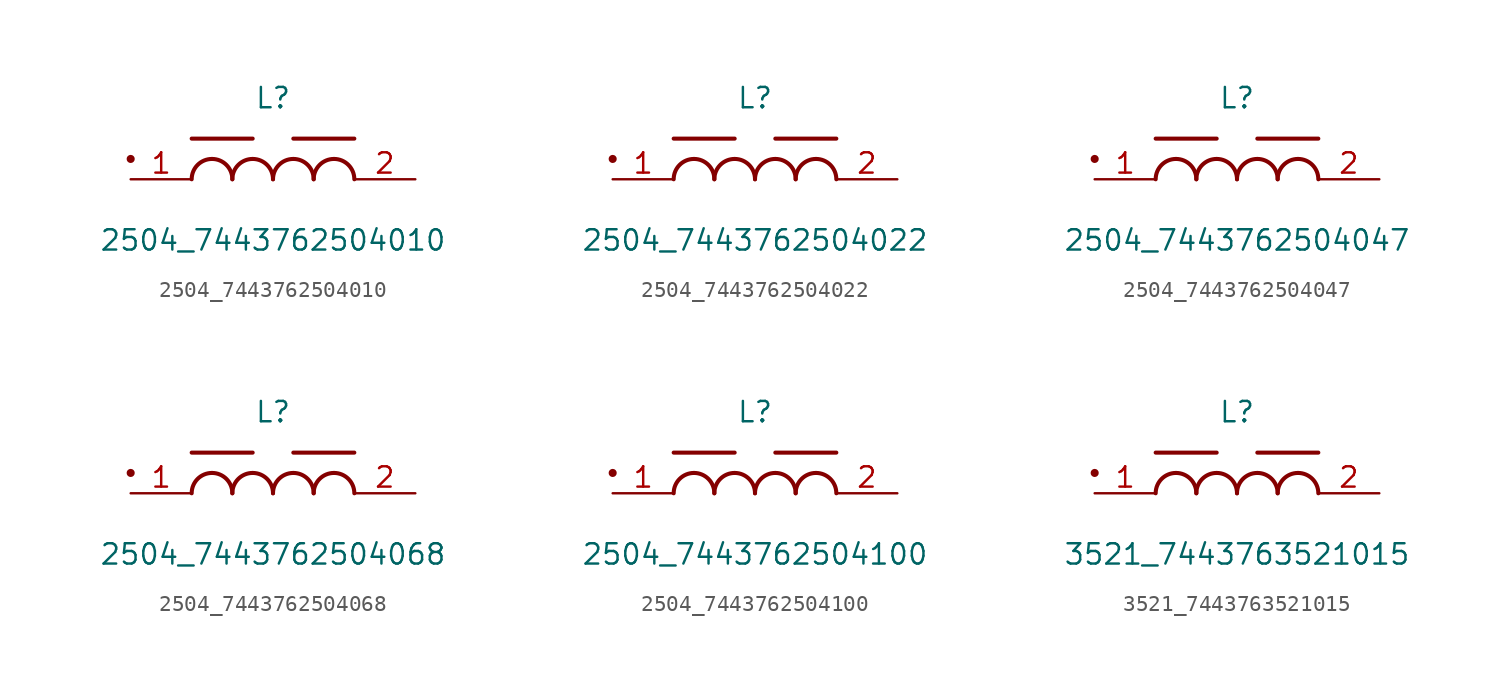
<source format=kicad_sym>
(kicad_symbol_lib
  (version 20220914)
  (generator kicad_symbol_editor)
  (symbol "2504_7443762504010"
    (pin_names hide)
    (property "Reference" "L"
      (at 0 5.08 0)
      (effects (font (size 1.27 1.27))))
    (property "Value" "2504_7443762504010"
      (at 0 -3.81 0)
      (effects (font (size 1.27 1.27))))
    (symbol "2504_7443762504010_0_1"
      (circle (center -8.89 1.27) (radius 0.0001) (stroke (width 0.254) (type default)) (fill (type none)))
      (arc (start -3.81 1.27) (mid -4.708 0.898) (end -5.08 0) (stroke (width 0.254) (type default)) (fill (type none)))
      (arc (start -2.54 0) (mid -2.912 0.898) (end -3.81 1.27) (stroke (width 0.254) (type default)) (fill (type none)))
      (arc (start -1.2699 1.2701) (mid -2.1679 0.8981) (end -2.5399 0.0001) (stroke (width 0.254) (type default)) (fill (type none)))
      (arc (start 0.0001 0.0001) (mid -0.3719 0.8981) (end -1.2699 1.2701) (stroke (width 0.254) (type default)) (fill (type none)))
      (polyline (pts (xy -5.08 2.54) (xy -1.27 2.54)) (stroke (width 0.254) (type default)) (fill (type none)))
      (polyline (pts (xy 5.08 2.54) (xy 1.27 2.54)) (stroke (width 0.254) (type default)) (fill (type none)))
      (arc (start 1.2701 1.2701) (mid 0.3721 0.8981) (end 0.0001 0.0001) (stroke (width 0.254) (type default)) (fill (type none)))
      (arc (start 2.5401 0.0001) (mid 2.1681 0.8981) (end 1.2701 1.2701) (stroke (width 0.254) (type default)) (fill (type none)))
      (arc (start 3.8101 1.2701) (mid 2.9121 0.8981) (end 2.5401 0.0001) (stroke (width 0.254) (type default)) (fill (type none)))
      (arc (start 5.0801 0.0001) (mid 4.7081 0.8981) (end 3.8101 1.2701) (stroke (width 0.254) (type default)) (fill (type none))))
    (symbol "2504_7443762504010_1_1"
      (pin passive line (at -8.89 0 0) (length 3.81) (name "1" (effects (font (size 1.27 1.27)))) (number "1" (effects (font (size 1.27 1.27)))))
      (pin passive line (at 8.89 0 180) (length 3.81) (name "2" (effects (font (size 1.27 1.27)))) (number "2" (effects (font (size 1.27 1.27)))))))
  (symbol "2504_7443762504022"
    (pin_names hide)
    (property "Reference" "L"
      (at 0 5.08 0)
      (effects (font (size 1.27 1.27))))
    (property "Value" "2504_7443762504022"
      (at 0 -3.81 0)
      (effects (font (size 1.27 1.27))))
    (symbol "2504_7443762504022_0_1"
      (circle (center -8.89 1.27) (radius 0.0001) (stroke (width 0.254) (type default)) (fill (type none)))
      (arc (start -3.81 1.27) (mid -4.708 0.898) (end -5.08 0) (stroke (width 0.254) (type default)) (fill (type none)))
      (arc (start -2.54 0) (mid -2.912 0.898) (end -3.81 1.27) (stroke (width 0.254) (type default)) (fill (type none)))
      (arc (start -1.2699 1.2701) (mid -2.1679 0.8981) (end -2.5399 0.0001) (stroke (width 0.254) (type default)) (fill (type none)))
      (arc (start 0.0001 0.0001) (mid -0.3719 0.8981) (end -1.2699 1.2701) (stroke (width 0.254) (type default)) (fill (type none)))
      (polyline (pts (xy -5.08 2.54) (xy -1.27 2.54)) (stroke (width 0.254) (type default)) (fill (type none)))
      (polyline (pts (xy 5.08 2.54) (xy 1.27 2.54)) (stroke (width 0.254) (type default)) (fill (type none)))
      (arc (start 1.2701 1.2701) (mid 0.3721 0.8981) (end 0.0001 0.0001) (stroke (width 0.254) (type default)) (fill (type none)))
      (arc (start 2.5401 0.0001) (mid 2.1681 0.8981) (end 1.2701 1.2701) (stroke (width 0.254) (type default)) (fill (type none)))
      (arc (start 3.8101 1.2701) (mid 2.9121 0.8981) (end 2.5401 0.0001) (stroke (width 0.254) (type default)) (fill (type none)))
      (arc (start 5.0801 0.0001) (mid 4.7081 0.8981) (end 3.8101 1.2701) (stroke (width 0.254) (type default)) (fill (type none))))
    (symbol "2504_7443762504022_1_1"
      (pin passive line (at -8.89 0 0) (length 3.81) (name "1" (effects (font (size 1.27 1.27)))) (number "1" (effects (font (size 1.27 1.27)))))
      (pin passive line (at 8.89 0 180) (length 3.81) (name "2" (effects (font (size 1.27 1.27)))) (number "2" (effects (font (size 1.27 1.27)))))))
  (symbol "2504_7443762504047"
    (pin_names hide)
    (property "Reference" "L"
      (at 0 5.08 0)
      (effects (font (size 1.27 1.27))))
    (property "Value" "2504_7443762504047"
      (at 0 -3.81 0)
      (effects (font (size 1.27 1.27))))
    (symbol "2504_7443762504047_0_1"
      (circle (center -8.89 1.27) (radius 0.0001) (stroke (width 0.254) (type default)) (fill (type none)))
      (arc (start -3.81 1.27) (mid -4.708 0.898) (end -5.08 0) (stroke (width 0.254) (type default)) (fill (type none)))
      (arc (start -2.54 0) (mid -2.912 0.898) (end -3.81 1.27) (stroke (width 0.254) (type default)) (fill (type none)))
      (arc (start -1.2699 1.2701) (mid -2.1679 0.8981) (end -2.5399 0.0001) (stroke (width 0.254) (type default)) (fill (type none)))
      (arc (start 0.0001 0.0001) (mid -0.3719 0.8981) (end -1.2699 1.2701) (stroke (width 0.254) (type default)) (fill (type none)))
      (polyline (pts (xy -5.08 2.54) (xy -1.27 2.54)) (stroke (width 0.254) (type default)) (fill (type none)))
      (polyline (pts (xy 5.08 2.54) (xy 1.27 2.54)) (stroke (width 0.254) (type default)) (fill (type none)))
      (arc (start 1.2701 1.2701) (mid 0.3721 0.8981) (end 0.0001 0.0001) (stroke (width 0.254) (type default)) (fill (type none)))
      (arc (start 2.5401 0.0001) (mid 2.1681 0.8981) (end 1.2701 1.2701) (stroke (width 0.254) (type default)) (fill (type none)))
      (arc (start 3.8101 1.2701) (mid 2.9121 0.8981) (end 2.5401 0.0001) (stroke (width 0.254) (type default)) (fill (type none)))
      (arc (start 5.0801 0.0001) (mid 4.7081 0.8981) (end 3.8101 1.2701) (stroke (width 0.254) (type default)) (fill (type none))))
    (symbol "2504_7443762504047_1_1"
      (pin passive line (at -8.89 0 0) (length 3.81) (name "1" (effects (font (size 1.27 1.27)))) (number "1" (effects (font (size 1.27 1.27)))))
      (pin passive line (at 8.89 0 180) (length 3.81) (name "2" (effects (font (size 1.27 1.27)))) (number "2" (effects (font (size 1.27 1.27)))))))
  (symbol "2504_7443762504068"
    (pin_names hide)
    (property "Reference" "L"
      (at 0 5.08 0)
      (effects (font (size 1.27 1.27))))
    (property "Value" "2504_7443762504068"
      (at 0 -3.81 0)
      (effects (font (size 1.27 1.27))))
    (symbol "2504_7443762504068_0_1"
      (circle (center -8.89 1.27) (radius 0.0001) (stroke (width 0.254) (type default)) (fill (type none)))
      (arc (start -3.81 1.27) (mid -4.708 0.898) (end -5.08 0) (stroke (width 0.254) (type default)) (fill (type none)))
      (arc (start -2.54 0) (mid -2.912 0.898) (end -3.81 1.27) (stroke (width 0.254) (type default)) (fill (type none)))
      (arc (start -1.2699 1.2701) (mid -2.1679 0.8981) (end -2.5399 0.0001) (stroke (width 0.254) (type default)) (fill (type none)))
      (arc (start 0.0001 0.0001) (mid -0.3719 0.8981) (end -1.2699 1.2701) (stroke (width 0.254) (type default)) (fill (type none)))
      (polyline (pts (xy -5.08 2.54) (xy -1.27 2.54)) (stroke (width 0.254) (type default)) (fill (type none)))
      (polyline (pts (xy 5.08 2.54) (xy 1.27 2.54)) (stroke (width 0.254) (type default)) (fill (type none)))
      (arc (start 1.2701 1.2701) (mid 0.3721 0.8981) (end 0.0001 0.0001) (stroke (width 0.254) (type default)) (fill (type none)))
      (arc (start 2.5401 0.0001) (mid 2.1681 0.8981) (end 1.2701 1.2701) (stroke (width 0.254) (type default)) (fill (type none)))
      (arc (start 3.8101 1.2701) (mid 2.9121 0.8981) (end 2.5401 0.0001) (stroke (width 0.254) (type default)) (fill (type none)))
      (arc (start 5.0801 0.0001) (mid 4.7081 0.8981) (end 3.8101 1.2701) (stroke (width 0.254) (type default)) (fill (type none))))
    (symbol "2504_7443762504068_1_1"
      (pin passive line (at -8.89 0 0) (length 3.81) (name "1" (effects (font (size 1.27 1.27)))) (number "1" (effects (font (size 1.27 1.27)))))
      (pin passive line (at 8.89 0 180) (length 3.81) (name "2" (effects (font (size 1.27 1.27)))) (number "2" (effects (font (size 1.27 1.27)))))))
  (symbol "2504_7443762504100"
    (pin_names hide)
    (property "Reference" "L"
      (at 0 5.08 0)
      (effects (font (size 1.27 1.27))))
    (property "Value" "2504_7443762504100"
      (at 0 -3.81 0)
      (effects (font (size 1.27 1.27))))
    (symbol "2504_7443762504100_0_1"
      (circle (center -8.89 1.27) (radius 0.0001) (stroke (width 0.254) (type default)) (fill (type none)))
      (arc (start -3.81 1.27) (mid -4.708 0.898) (end -5.08 0) (stroke (width 0.254) (type default)) (fill (type none)))
      (arc (start -2.54 0) (mid -2.912 0.898) (end -3.81 1.27) (stroke (width 0.254) (type default)) (fill (type none)))
      (arc (start -1.2699 1.2701) (mid -2.1679 0.8981) (end -2.5399 0.0001) (stroke (width 0.254) (type default)) (fill (type none)))
      (arc (start 0.0001 0.0001) (mid -0.3719 0.8981) (end -1.2699 1.2701) (stroke (width 0.254) (type default)) (fill (type none)))
      (polyline (pts (xy -5.08 2.54) (xy -1.27 2.54)) (stroke (width 0.254) (type default)) (fill (type none)))
      (polyline (pts (xy 5.08 2.54) (xy 1.27 2.54)) (stroke (width 0.254) (type default)) (fill (type none)))
      (arc (start 1.2701 1.2701) (mid 0.3721 0.8981) (end 0.0001 0.0001) (stroke (width 0.254) (type default)) (fill (type none)))
      (arc (start 2.5401 0.0001) (mid 2.1681 0.8981) (end 1.2701 1.2701) (stroke (width 0.254) (type default)) (fill (type none)))
      (arc (start 3.8101 1.2701) (mid 2.9121 0.8981) (end 2.5401 0.0001) (stroke (width 0.254) (type default)) (fill (type none)))
      (arc (start 5.0801 0.0001) (mid 4.7081 0.8981) (end 3.8101 1.2701) (stroke (width 0.254) (type default)) (fill (type none))))
    (symbol "2504_7443762504100_1_1"
      (pin passive line (at -8.89 0 0) (length 3.81) (name "1" (effects (font (size 1.27 1.27)))) (number "1" (effects (font (size 1.27 1.27)))))
      (pin passive line (at 8.89 0 180) (length 3.81) (name "2" (effects (font (size 1.27 1.27)))) (number "2" (effects (font (size 1.27 1.27)))))))
  (symbol "3521_7443763521015"
    (pin_names hide)
    (property "Reference" "L"
      (at 0 5.08 0)
      (effects (font (size 1.27 1.27))))
    (property "Value" "3521_7443763521015"
      (at 0 -3.81 0)
      (effects (font (size 1.27 1.27))))
    (symbol "3521_7443763521015_0_1"
      (circle (center -8.89 1.27) (radius 0.0001) (stroke (width 0.254) (type default)) (fill (type none)))
      (arc (start -3.81 1.27) (mid -4.708 0.898) (end -5.08 0) (stroke (width 0.254) (type default)) (fill (type none)))
      (arc (start -2.54 0) (mid -2.912 0.898) (end -3.81 1.27) (stroke (width 0.254) (type default)) (fill (type none)))
      (arc (start -1.2699 1.2701) (mid -2.1679 0.8981) (end -2.5399 0.0001) (stroke (width 0.254) (type default)) (fill (type none)))
      (arc (start 0.0001 0.0001) (mid -0.3719 0.8981) (end -1.2699 1.2701) (stroke (width 0.254) (type default)) (fill (type none)))
      (polyline (pts (xy -5.08 2.54) (xy -1.27 2.54)) (stroke (width 0.254) (type default)) (fill (type none)))
      (polyline (pts (xy 5.08 2.54) (xy 1.27 2.54)) (stroke (width 0.254) (type default)) (fill (type none)))
      (arc (start 1.2701 1.2701) (mid 0.3721 0.8981) (end 0.0001 0.0001) (stroke (width 0.254) (type default)) (fill (type none)))
      (arc (start 2.5401 0.0001) (mid 2.1681 0.8981) (end 1.2701 1.2701) (stroke (width 0.254) (type default)) (fill (type none)))
      (arc (start 3.8101 1.2701) (mid 2.9121 0.8981) (end 2.5401 0.0001) (stroke (width 0.254) (type default)) (fill (type none)))
      (arc (start 5.0801 0.0001) (mid 4.7081 0.8981) (end 3.8101 1.2701) (stroke (width 0.254) (type default)) (fill (type none))))
    (symbol "3521_7443763521015_1_1"
      (pin passive line (at -8.89 0 0) (length 3.81) (name "1" (effects (font (size 1.27 1.27)))) (number "1" (effects (font (size 1.27 1.27)))))
      (pin passive line (at 8.89 0 180) (length 3.81) (name "2" (effects (font (size 1.27 1.27)))) (number "2" (effects (font (size 1.27 1.27))))))))
</source>
